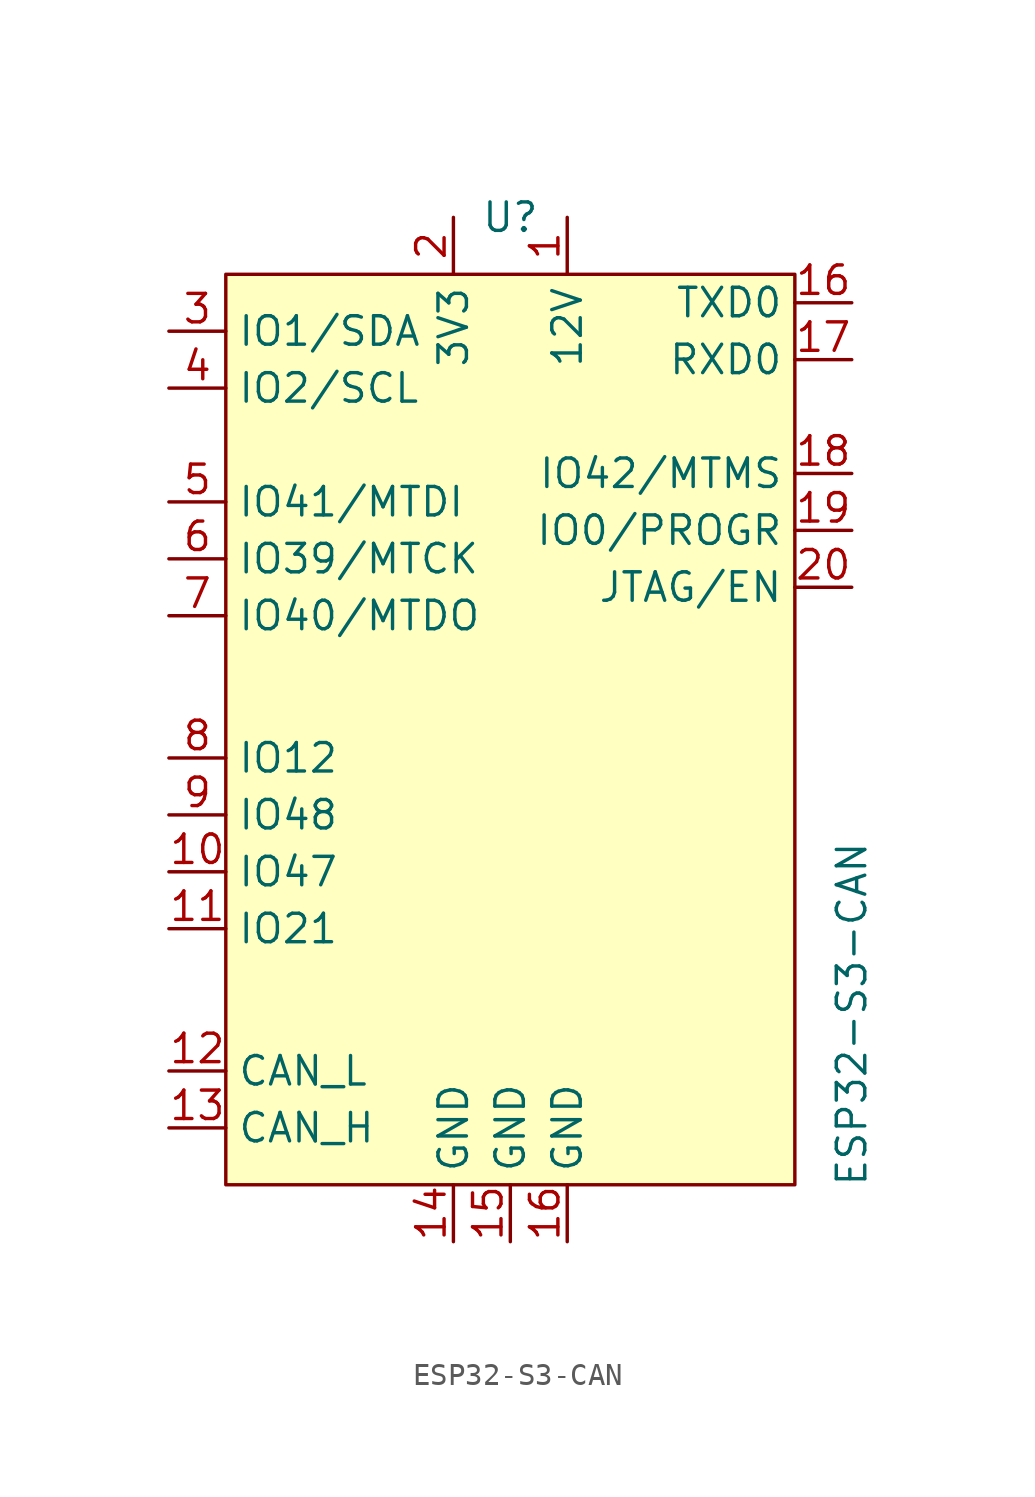
<source format=kicad_sym>
(kicad_symbol_lib
  (version 20220914)
  (generator kicad_symbol_editor)
  (symbol "ESP32-S3-CAN"
    (property "Reference" "U"
      (at 3.81 13.97 0)
      (effects (font (size 1.27 1.27))))
    (property "Value" "ESP32-S3-CAN"
      (at 19.05 -21.59 90)
      (effects (font (size 1.27 1.27))))
    (symbol "ESP32-S3-CAN_1_1"
      (rectangle (start -8.89 11.43) (end 16.51 -29.21) (stroke (width 0) (type default)) (fill (type background)))
      (pin power_in line (at 6.35 13.97 270) (length 2.54) (name "12V" (effects (font (size 1.27 1.27)))) (number "1" (effects (font (size 1.27 1.27)))))
      (pin bidirectional line (at -11.43 -15.24 0) (length 2.54) (name "IO47" (effects (font (size 1.27 1.27)))) (number "10" (effects (font (size 1.27 1.27)))))
      (pin bidirectional line (at -11.43 -17.78 0) (length 2.54) (name "IO21" (effects (font (size 1.27 1.27)))) (number "11" (effects (font (size 1.27 1.27)))))
      (pin bidirectional line (at -11.43 -24.13 0) (length 2.54) (name "CAN_L" (effects (font (size 1.27 1.27)))) (number "12" (effects (font (size 1.27 1.27)))))
      (pin bidirectional line (at -11.43 -26.67 0) (length 2.54) (name "CAN_H" (effects (font (size 1.27 1.27)))) (number "13" (effects (font (size 1.27 1.27)))))
      (pin passive line (at 1.27 -31.75 90) (length 2.54) (name "GND" (effects (font (size 1.27 1.27)))) (number "14" (effects (font (size 1.27 1.27)))))
      (pin passive line (at 3.81 -31.75 90) (length 2.54) (name "GND" (effects (font (size 1.27 1.27)))) (number "15" (effects (font (size 1.27 1.27)))))
      (pin passive line (at 6.35 -31.75 90) (length 2.54) (name "GND" (effects (font (size 1.27 1.27)))) (number "16" (effects (font (size 1.27 1.27)))))
      (pin output line (at 19.05 10.16 180) (length 2.54) (name "TXD0" (effects (font (size 1.27 1.27)))) (number "16" (effects (font (size 1.27 1.27)))))
      (pin input line (at 19.05 7.62 180) (length 2.54) (name "RXD0" (effects (font (size 1.27 1.27)))) (number "17" (effects (font (size 1.27 1.27)))))
      (pin bidirectional line (at 19.05 2.54 180) (length 2.54) (name "IO42/MTMS" (effects (font (size 1.27 1.27)))) (number "18" (effects (font (size 1.27 1.27)))))
      (pin bidirectional line (at 19.05 0 180) (length 2.54) (name "IO0/PROGR" (effects (font (size 1.27 1.27)))) (number "19" (effects (font (size 1.27 1.27)))))
      (pin power_out line (at 1.27 13.97 270) (length 2.54) (name "3V3" (effects (font (size 1.27 1.27)))) (number "2" (effects (font (size 1.27 1.27)))))
      (pin bidirectional line (at 19.05 -2.54 180) (length 2.54) (name "JTAG/EN" (effects (font (size 1.27 1.27)))) (number "20" (effects (font (size 1.27 1.27)))))
      (pin bidirectional line (at -11.43 8.89 0) (length 2.54) (name "IO1/SDA" (effects (font (size 1.27 1.27)))) (number "3" (effects (font (size 1.27 1.27)))))
      (pin bidirectional line (at -11.43 6.35 0) (length 2.54) (name "IO2/SCL" (effects (font (size 1.27 1.27)))) (number "4" (effects (font (size 1.27 1.27)))))
      (pin bidirectional line (at -11.43 1.27 0) (length 2.54) (name "IO41/MTDI" (effects (font (size 1.27 1.27)))) (number "5" (effects (font (size 1.27 1.27)))))
      (pin bidirectional line (at -11.43 -1.27 0) (length 2.54) (name "IO39/MTCK" (effects (font (size 1.27 1.27)))) (number "6" (effects (font (size 1.27 1.27)))))
      (pin bidirectional line (at -11.43 -3.81 0) (length 2.54) (name "IO40/MTDO" (effects (font (size 1.27 1.27)))) (number "7" (effects (font (size 1.27 1.27)))))
      (pin bidirectional line (at -11.43 -10.16 0) (length 2.54) (name "IO12" (effects (font (size 1.27 1.27)))) (number "8" (effects (font (size 1.27 1.27)))))
      (pin bidirectional line (at -11.43 -12.7 0) (length 2.54) (name "IO48" (effects (font (size 1.27 1.27)))) (number "9" (effects (font (size 1.27 1.27))))))))
</source>
